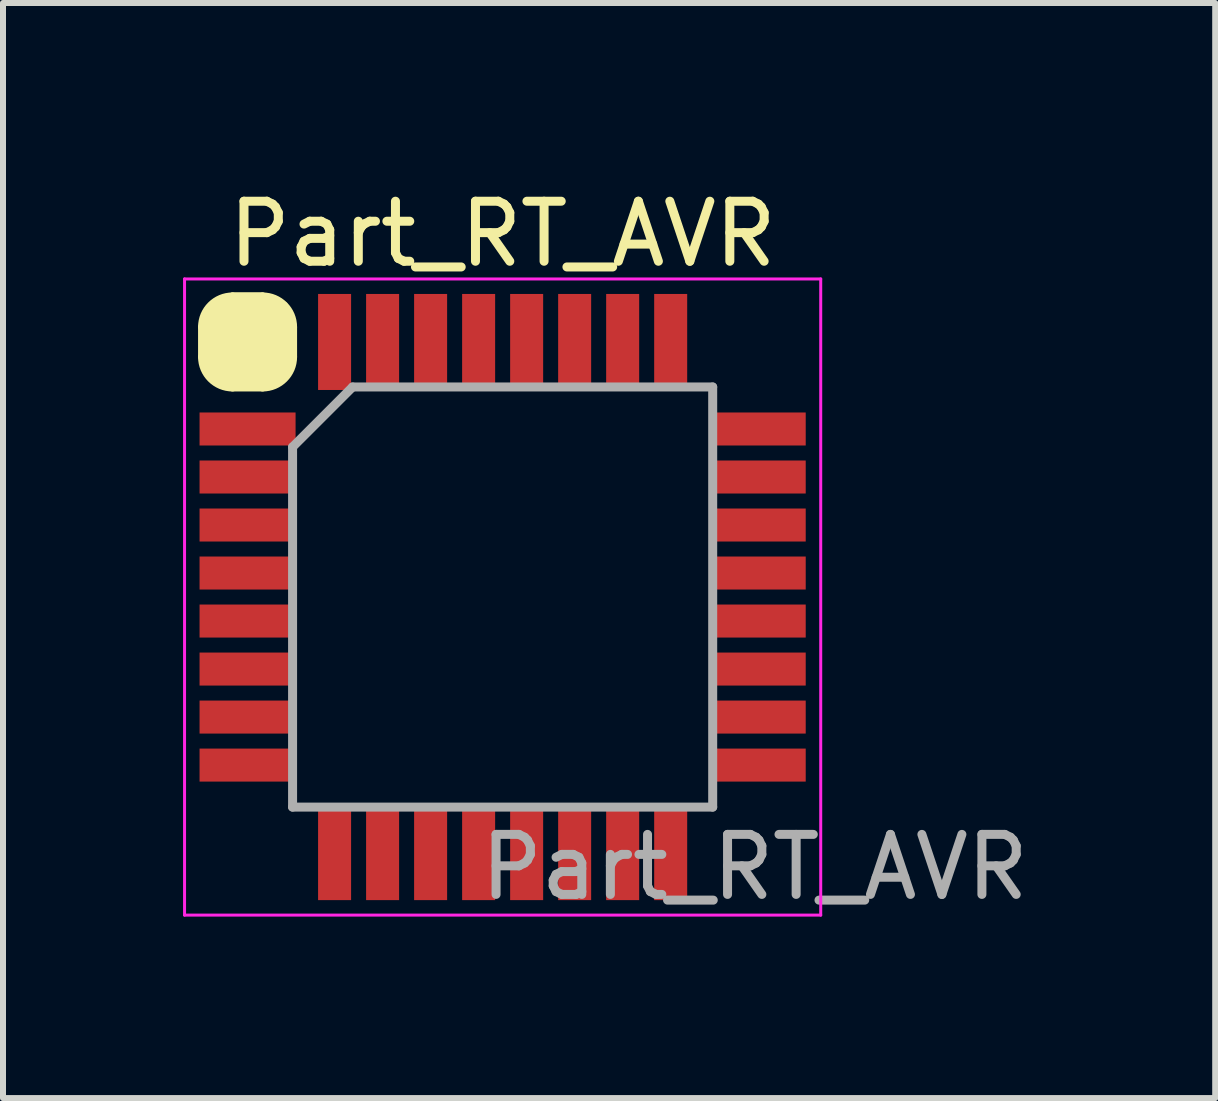
<source format=kicad_pcb>
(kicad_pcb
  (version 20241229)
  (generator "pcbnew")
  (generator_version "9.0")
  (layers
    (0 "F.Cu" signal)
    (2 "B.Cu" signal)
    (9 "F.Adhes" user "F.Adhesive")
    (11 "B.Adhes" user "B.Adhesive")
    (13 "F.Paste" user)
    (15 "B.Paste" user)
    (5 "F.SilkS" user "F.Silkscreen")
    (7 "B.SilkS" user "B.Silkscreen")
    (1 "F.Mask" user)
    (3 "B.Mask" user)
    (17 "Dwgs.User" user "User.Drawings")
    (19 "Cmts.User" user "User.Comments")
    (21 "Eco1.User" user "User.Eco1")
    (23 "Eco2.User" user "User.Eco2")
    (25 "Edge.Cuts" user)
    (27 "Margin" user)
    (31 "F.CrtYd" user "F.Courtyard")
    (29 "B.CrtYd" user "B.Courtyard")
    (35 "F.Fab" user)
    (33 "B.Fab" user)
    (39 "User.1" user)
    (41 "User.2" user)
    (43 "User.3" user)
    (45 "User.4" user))
  (footprint "Part_RT_AVR"
    (layer "F.Cu")
    (at 5.325 6.898)
    (property "Reference" "Part_RT_AVR" (at 0 -6.05 0) (layer "F.SilkS") (effects (font (size 1 1) (thickness 0.15))))
    (attr smd)
    (fp_line (start -4.5 -5) (end -4 -5) (stroke (width 0.15) (type solid)) (layer "F.SilkS"))
    (fp_arc (start -5 -4.5) (mid -4.853553 -4.853553) (end -4.5 -5) (stroke (width 0.15) (type solid)) (layer "F.SilkS"))
    (fp_arc (start -4.5 -3.5) (mid -4.853553 -3.646447) (end -5 -4) (stroke (width 0.15) (type solid)) (layer "F.SilkS"))
    (fp_arc (start -4 -5) (mid -3.646447 -4.853553) (end -3.5 -4.5) (stroke (width 0.15) (type solid)) (layer "F.SilkS"))
    (fp_arc (start -3.5 -4) (mid -3.646447 -3.646447) (end -4 -3.5) (stroke (width 0.15) (type solid)) (layer "F.SilkS"))
    (fp_poly (pts (xy -5 -4.5) (xy -4.8 -4.85) (xy -4.5 -5) (xy -4 -5) (xy -3.65 -4.85) (xy -3.5 -4.5) (xy -3.5 -4) (xy -3.65 -3.7) (xy -4 -3.5) (xy -4.5 -3.5) (xy -4.8 -3.65) (xy -5 -4)) (stroke (width 0.15) (type solid)) (fill yes) (layer "F.SilkS"))
    (fp_line (start -5.3 -5.3) (end -5.3 5.3) (stroke (width 0.05) (type solid)) (layer "F.CrtYd"))
    (fp_line (start -5.3 -5.3) (end 5.3 -5.3) (stroke (width 0.05) (type solid)) (layer "F.CrtYd"))
    (fp_line (start -5.3 5.3) (end 5.3 5.3) (stroke (width 0.05) (type solid)) (layer "F.CrtYd"))
    (fp_line (start 5.3 -5.3) (end 5.3 5.3) (stroke (width 0.05) (type solid)) (layer "F.CrtYd"))
    (fp_line (start -3.5 -2.5) (end -2.5 -3.5) (stroke (width 0.15) (type solid)) (layer "F.Fab"))
    (fp_line (start -3.5 3.5) (end -3.5 -2.5) (stroke (width 0.15) (type solid)) (layer "F.Fab"))
    (fp_line (start -2.5 -3.5) (end 3.5 -3.5) (stroke (width 0.15) (type solid)) (layer "F.Fab"))
    (fp_line (start 3.5 -3.5) (end 3.5 3.5) (stroke (width 0.15) (type solid)) (layer "F.Fab"))
    (fp_line (start 3.5 3.5) (end -3.5 3.5) (stroke (width 0.15) (type solid)) (layer "F.Fab"))
    (fp_text user "${REFERENCE}" (at 4.2 4.5 0) (layer "F.Fab") (effects (font (size 1 1) (thickness 0.15))))
    (pad "1" smd rect (at -4.25 -2.8) (size 1.6 0.55) (layers "F.Cu" "F.Mask" "F.Paste"))
    (pad "2" smd rect (at -4.25 -2) (size 1.6 0.55) (layers "F.Cu" "F.Mask" "F.Paste"))
    (pad "3" smd rect (at -4.25 -1.2) (size 1.6 0.55) (layers "F.Cu" "F.Mask" "F.Paste"))
    (pad "4" smd rect (at -4.25 -0.4) (size 1.6 0.55) (layers "F.Cu" "F.Mask" "F.Paste"))
    (pad "5" smd rect (at -4.25 0.4) (size 1.6 0.55) (layers "F.Cu" "F.Mask" "F.Paste"))
    (pad "6" smd rect (at -4.25 1.2) (size 1.6 0.55) (layers "F.Cu" "F.Mask" "F.Paste"))
    (pad "7" smd rect (at -4.25 2) (size 1.6 0.55) (layers "F.Cu" "F.Mask" "F.Paste"))
    (pad "8" smd rect (at -4.25 2.8) (size 1.6 0.55) (layers "F.Cu" "F.Mask" "F.Paste"))
    (pad "9" smd rect (at -2.8 4.25 90) (size 1.6 0.55) (layers "F.Cu" "F.Mask" "F.Paste"))
    (pad "10" smd rect (at -2 4.25 90) (size 1.6 0.55) (layers "F.Cu" "F.Mask" "F.Paste"))
    (pad "11" smd rect (at -1.2 4.25 90) (size 1.6 0.55) (layers "F.Cu" "F.Mask" "F.Paste"))
    (pad "12" smd rect (at -0.4 4.25 90) (size 1.6 0.55) (layers "F.Cu" "F.Mask" "F.Paste"))
    (pad "13" smd rect (at 0.4 4.25 90) (size 1.6 0.55) (layers "F.Cu" "F.Mask" "F.Paste"))
    (pad "14" smd rect (at 1.2 4.25 90) (size 1.6 0.55) (layers "F.Cu" "F.Mask" "F.Paste"))
    (pad "15" smd rect (at 2 4.25 90) (size 1.6 0.55) (layers "F.Cu" "F.Mask" "F.Paste"))
    (pad "16" smd rect (at 2.8 4.25 90) (size 1.6 0.55) (layers "F.Cu" "F.Mask" "F.Paste"))
    (pad "17" smd rect (at 4.25 2.8) (size 1.6 0.55) (layers "F.Cu" "F.Mask" "F.Paste"))
    (pad "18" smd rect (at 4.25 2) (size 1.6 0.55) (layers "F.Cu" "F.Mask" "F.Paste"))
    (pad "19" smd rect (at 4.25 1.2) (size 1.6 0.55) (layers "F.Cu" "F.Mask" "F.Paste"))
    (pad "20" smd rect (at 4.25 0.4) (size 1.6 0.55) (layers "F.Cu" "F.Mask" "F.Paste"))
    (pad "21" smd rect (at 4.25 -0.4) (size 1.6 0.55) (layers "F.Cu" "F.Mask" "F.Paste"))
    (pad "22" smd rect (at 4.25 -1.2) (size 1.6 0.55) (layers "F.Cu" "F.Mask" "F.Paste"))
    (pad "23" smd rect (at 4.25 -2) (size 1.6 0.55) (layers "F.Cu" "F.Mask" "F.Paste"))
    (pad "24" smd rect (at 4.25 -2.8) (size 1.6 0.55) (layers "F.Cu" "F.Mask" "F.Paste"))
    (pad "25" smd rect (at 2.8 -4.25 90) (size 1.6 0.55) (layers "F.Cu" "F.Mask" "F.Paste"))
    (pad "26" smd rect (at 2 -4.25 90) (size 1.6 0.55) (layers "F.Cu" "F.Mask" "F.Paste"))
    (pad "27" smd rect (at 1.2 -4.25 90) (size 1.6 0.55) (layers "F.Cu" "F.Mask" "F.Paste"))
    (pad "28" smd rect (at 0.4 -4.25 90) (size 1.6 0.55) (layers "F.Cu" "F.Mask" "F.Paste"))
    (pad "29" smd rect (at -0.4 -4.25 90) (size 1.6 0.55) (layers "F.Cu" "F.Mask" "F.Paste"))
    (pad "30" smd rect (at -1.2 -4.25 90) (size 1.6 0.55) (layers "F.Cu" "F.Mask" "F.Paste"))
    (pad "31" smd rect (at -2 -4.25 90) (size 1.6 0.55) (layers "F.Cu" "F.Mask" "F.Paste"))
    (pad "32" smd rect (at -2.8 -4.25 90) (size 1.6 0.55) (layers "F.Cu" "F.Mask" "F.Paste")))
  (gr_rect
    (start -3 -3)
    (end 17.198 15.246)
    (stroke (width 0.1) (type default))
    (fill no)
    (layer "Edge.Cuts")))
</source>
